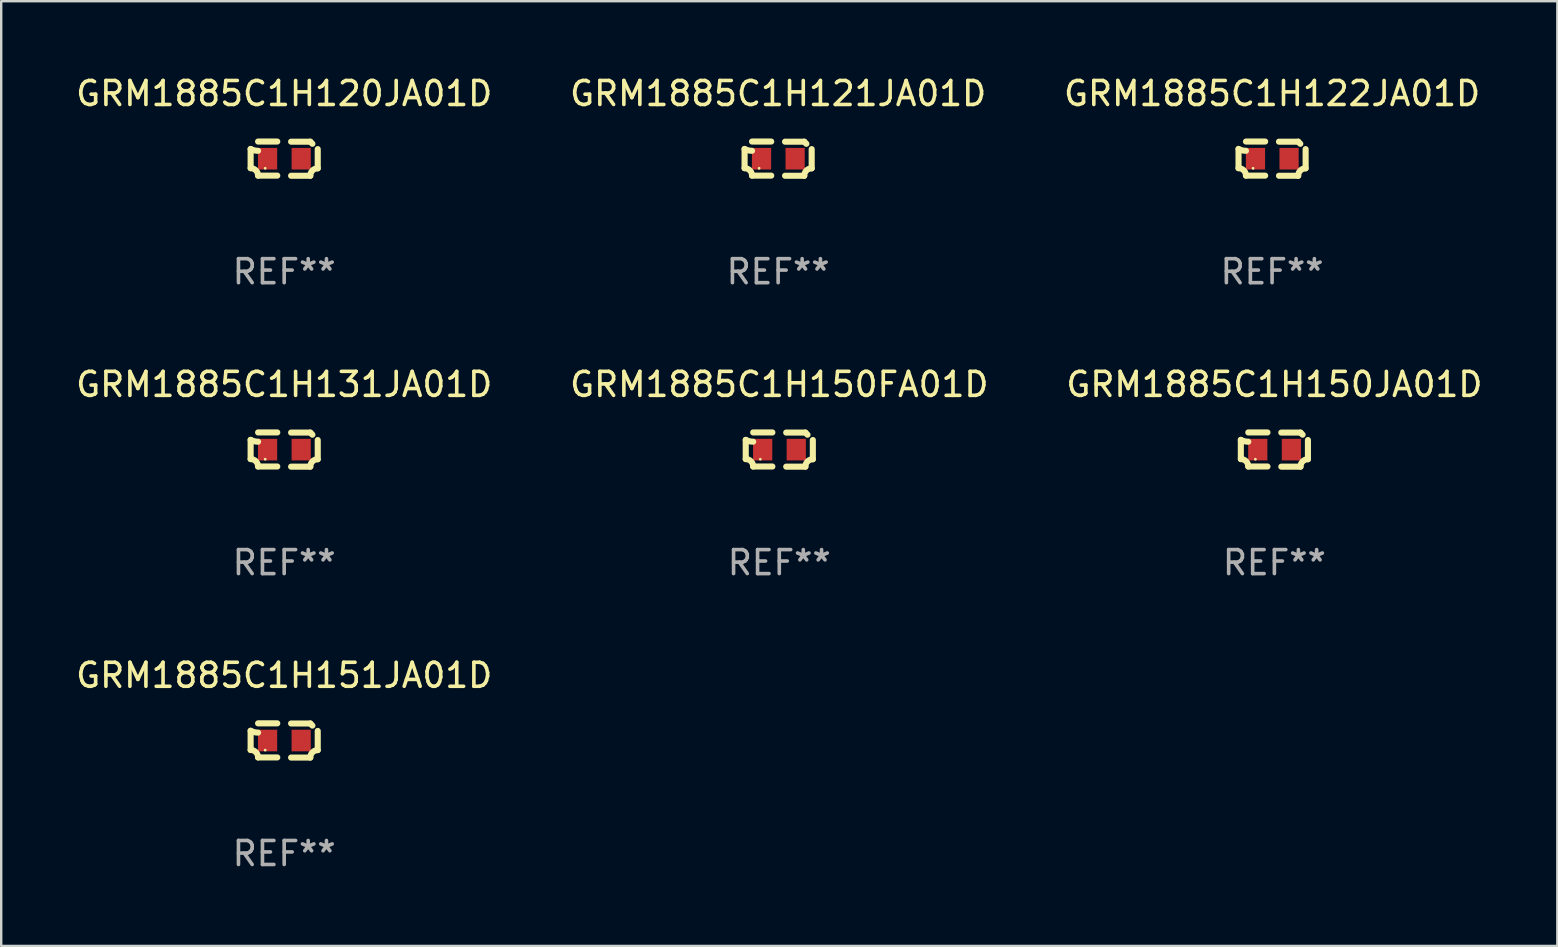
<source format=kicad_pcb>
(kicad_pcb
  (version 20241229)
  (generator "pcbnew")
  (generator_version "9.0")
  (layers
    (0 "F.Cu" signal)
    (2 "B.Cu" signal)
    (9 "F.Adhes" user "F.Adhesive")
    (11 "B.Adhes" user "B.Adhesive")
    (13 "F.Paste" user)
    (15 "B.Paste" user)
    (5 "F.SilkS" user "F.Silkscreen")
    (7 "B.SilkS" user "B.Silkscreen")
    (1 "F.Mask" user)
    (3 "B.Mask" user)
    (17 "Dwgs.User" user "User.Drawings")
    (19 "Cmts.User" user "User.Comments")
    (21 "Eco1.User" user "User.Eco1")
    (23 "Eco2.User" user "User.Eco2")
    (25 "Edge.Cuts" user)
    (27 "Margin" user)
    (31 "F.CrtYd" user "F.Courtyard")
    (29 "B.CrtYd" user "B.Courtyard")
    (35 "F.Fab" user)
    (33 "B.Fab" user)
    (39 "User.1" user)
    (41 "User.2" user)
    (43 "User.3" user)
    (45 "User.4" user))
  (footprint "GRM1885C1H150FA01D"
    (layer "F.Cu")
    (at 29.423 15.683)
    (property "Reference" "GRM1885C1H150FA01D" (at 0 -2.713 0) (layer "F.SilkS") (effects (font (size 1 1) (thickness 0.15))))
    (attr through_hole)
    (fp_line (start -1.398 -0.403) (end -1.398 0.397) (stroke (width 0.254) (type solid)) (layer "F.SilkS"))
    (fp_line (start -0.288 -0.713) (end -1.088 -0.713) (stroke (width 0.254) (type solid)) (layer "F.SilkS"))
    (fp_line (start -0.288 0.707) (end -1.088 0.707) (stroke (width 0.254) (type solid)) (layer "F.SilkS"))
    (fp_line (start 0.288 -0.707) (end 1.088 -0.707) (stroke (width 0.254) (type solid)) (layer "F.SilkS"))
    (fp_line (start 0.288 0.713) (end 1.088 0.713) (stroke (width 0.254) (type solid)) (layer "F.SilkS"))
    (fp_line (start 1.398 -0.397) (end 1.398 0.403) (stroke (width 0.254) (type solid)) (layer "F.SilkS"))
    (fp_arc (start -1.397789 0.397066) (mid -1.178701 0.487826) (end -1.08796 0.706922) (stroke (width 0.254001) (type solid)) (layer "F.SilkS"))
    (fp_arc (start -1.08796 -0.327176) (mid -1.247436 -0.346384) (end -1.39779 -0.402908) (stroke (width 0.254001) (type solid)) (layer "F.SilkS"))
    (fp_arc (start 1.087909 0.712738) (mid 1.178656 0.493655) (end 1.397739 0.402908) (stroke (width 0.254001) (type solid)) (layer "F.SilkS"))
    (fp_arc (start 1.175925 -0.618926) (mid 1.131917 -0.662923) (end 1.08791 -0.706922) (stroke (width 0.254001) (type solid)) (layer "F.SilkS"))
    (fp_circle (center -0.792 0.403) (end -0.762 0.403) (stroke (width 0.06) (type solid)) (fill no) (layer "F.SilkS"))
    (fp_text user "REF**" (at 0 4.713 0) (layer "F.Fab") (effects (font (size 1 1) (thickness 0.15))))
    (pad "1" smd rect (at -0.692 0.003) (size 0.8 0.9) (layers "F.Cu" "F.Mask" "F.Paste"))
    (pad "2" smd rect (at 0.708 0.003) (size 0.8 0.9) (layers "F.Cu" "F.Mask" "F.Paste")))
  (footprint "GRM1885C1H120JA01D"
    (layer "F.Cu")
    (at 8.792 3.561)
    (property "Reference" "GRM1885C1H120JA01D" (at 0 -2.713 0) (layer "F.SilkS") (effects (font (size 1 1) (thickness 0.15))))
    (attr through_hole)
    (fp_line (start -1.398 -0.403) (end -1.398 0.397) (stroke (width 0.254) (type solid)) (layer "F.SilkS"))
    (fp_line (start -0.288 -0.713) (end -1.088 -0.713) (stroke (width 0.254) (type solid)) (layer "F.SilkS"))
    (fp_line (start -0.288 0.707) (end -1.088 0.707) (stroke (width 0.254) (type solid)) (layer "F.SilkS"))
    (fp_line (start 0.288 -0.707) (end 1.088 -0.707) (stroke (width 0.254) (type solid)) (layer "F.SilkS"))
    (fp_line (start 0.288 0.713) (end 1.088 0.713) (stroke (width 0.254) (type solid)) (layer "F.SilkS"))
    (fp_line (start 1.398 -0.397) (end 1.398 0.403) (stroke (width 0.254) (type solid)) (layer "F.SilkS"))
    (fp_arc (start -1.397789 0.397066) (mid -1.178701 0.487826) (end -1.08796 0.706922) (stroke (width 0.254001) (type solid)) (layer "F.SilkS"))
    (fp_arc (start -1.08796 -0.327176) (mid -1.247436 -0.346384) (end -1.39779 -0.402908) (stroke (width 0.254001) (type solid)) (layer "F.SilkS"))
    (fp_arc (start 1.087909 0.712738) (mid 1.178656 0.493655) (end 1.397739 0.402908) (stroke (width 0.254001) (type solid)) (layer "F.SilkS"))
    (fp_arc (start 1.175925 -0.618926) (mid 1.131917 -0.662923) (end 1.08791 -0.706922) (stroke (width 0.254001) (type solid)) (layer "F.SilkS"))
    (fp_circle (center -0.792 0.403) (end -0.762 0.403) (stroke (width 0.06) (type solid)) (fill no) (layer "F.SilkS"))
    (fp_text user "REF**" (at 0 4.713 0) (layer "F.Fab") (effects (font (size 1 1) (thickness 0.15))))
    (pad "1" smd rect (at -0.692 0.003) (size 0.8 0.9) (layers "F.Cu" "F.Mask" "F.Paste"))
    (pad "2" smd rect (at 0.708 0.003) (size 0.8 0.9) (layers "F.Cu" "F.Mask" "F.Paste")))
  (footprint "GRM1885C1H122JA01D"
    (layer "F.Cu")
    (at 49.958 3.561)
    (property "Reference" "GRM1885C1H122JA01D" (at 0 -2.713 0) (layer "F.SilkS") (effects (font (size 1 1) (thickness 0.15))))
    (attr through_hole)
    (fp_line (start -1.398 -0.403) (end -1.398 0.397) (stroke (width 0.254) (type solid)) (layer "F.SilkS"))
    (fp_line (start -0.288 -0.713) (end -1.088 -0.713) (stroke (width 0.254) (type solid)) (layer "F.SilkS"))
    (fp_line (start -0.288 0.707) (end -1.088 0.707) (stroke (width 0.254) (type solid)) (layer "F.SilkS"))
    (fp_line (start 0.288 -0.707) (end 1.088 -0.707) (stroke (width 0.254) (type solid)) (layer "F.SilkS"))
    (fp_line (start 0.288 0.713) (end 1.088 0.713) (stroke (width 0.254) (type solid)) (layer "F.SilkS"))
    (fp_line (start 1.398 -0.397) (end 1.398 0.403) (stroke (width 0.254) (type solid)) (layer "F.SilkS"))
    (fp_arc (start -1.397789 0.397066) (mid -1.178701 0.487826) (end -1.08796 0.706922) (stroke (width 0.254001) (type solid)) (layer "F.SilkS"))
    (fp_arc (start -1.08796 -0.327176) (mid -1.247436 -0.346384) (end -1.39779 -0.402908) (stroke (width 0.254001) (type solid)) (layer "F.SilkS"))
    (fp_arc (start 1.087909 0.712738) (mid 1.178656 0.493655) (end 1.397739 0.402908) (stroke (width 0.254001) (type solid)) (layer "F.SilkS"))
    (fp_arc (start 1.175925 -0.618926) (mid 1.131917 -0.662923) (end 1.08791 -0.706922) (stroke (width 0.254001) (type solid)) (layer "F.SilkS"))
    (fp_circle (center -0.792 0.403) (end -0.762 0.403) (stroke (width 0.06) (type solid)) (fill no) (layer "F.SilkS"))
    (fp_text user "REF**" (at 0 4.713 0) (layer "F.Fab") (effects (font (size 1 1) (thickness 0.15))))
    (pad "1" smd rect (at -0.692 0.003) (size 0.8 0.9) (layers "F.Cu" "F.Mask" "F.Paste"))
    (pad "2" smd rect (at 0.708 0.003) (size 0.8 0.9) (layers "F.Cu" "F.Mask" "F.Paste")))
  (footprint "GRM1885C1H150JA01D"
    (layer "F.Cu")
    (at 50.054 15.683)
    (property "Reference" "GRM1885C1H150JA01D" (at 0 -2.713 0) (layer "F.SilkS") (effects (font (size 1 1) (thickness 0.15))))
    (attr through_hole)
    (fp_line (start -1.398 -0.403) (end -1.398 0.397) (stroke (width 0.254) (type solid)) (layer "F.SilkS"))
    (fp_line (start -0.288 -0.713) (end -1.088 -0.713) (stroke (width 0.254) (type solid)) (layer "F.SilkS"))
    (fp_line (start -0.288 0.707) (end -1.088 0.707) (stroke (width 0.254) (type solid)) (layer "F.SilkS"))
    (fp_line (start 0.288 -0.707) (end 1.088 -0.707) (stroke (width 0.254) (type solid)) (layer "F.SilkS"))
    (fp_line (start 0.288 0.713) (end 1.088 0.713) (stroke (width 0.254) (type solid)) (layer "F.SilkS"))
    (fp_line (start 1.398 -0.397) (end 1.398 0.403) (stroke (width 0.254) (type solid)) (layer "F.SilkS"))
    (fp_arc (start -1.397789 0.397066) (mid -1.178701 0.487826) (end -1.08796 0.706922) (stroke (width 0.254001) (type solid)) (layer "F.SilkS"))
    (fp_arc (start -1.08796 -0.327176) (mid -1.247436 -0.346384) (end -1.39779 -0.402908) (stroke (width 0.254001) (type solid)) (layer "F.SilkS"))
    (fp_arc (start 1.087909 0.712738) (mid 1.178656 0.493655) (end 1.397739 0.402908) (stroke (width 0.254001) (type solid)) (layer "F.SilkS"))
    (fp_arc (start 1.175925 -0.618926) (mid 1.131917 -0.662923) (end 1.08791 -0.706922) (stroke (width 0.254001) (type solid)) (layer "F.SilkS"))
    (fp_circle (center -0.792 0.403) (end -0.762 0.403) (stroke (width 0.06) (type solid)) (fill no) (layer "F.SilkS"))
    (fp_text user "REF**" (at 0 4.713 0) (layer "F.Fab") (effects (font (size 1 1) (thickness 0.15))))
    (pad "1" smd rect (at -0.692 0.003) (size 0.8 0.9) (layers "F.Cu" "F.Mask" "F.Paste"))
    (pad "2" smd rect (at 0.708 0.003) (size 0.8 0.9) (layers "F.Cu" "F.Mask" "F.Paste")))
  (footprint "GRM1885C1H131JA01D"
    (layer "F.Cu")
    (at 8.792 15.683)
    (property "Reference" "GRM1885C1H131JA01D" (at 0 -2.713 0) (layer "F.SilkS") (effects (font (size 1 1) (thickness 0.15))))
    (attr through_hole)
    (fp_line (start -1.398 -0.403) (end -1.398 0.397) (stroke (width 0.254) (type solid)) (layer "F.SilkS"))
    (fp_line (start -0.288 -0.713) (end -1.088 -0.713) (stroke (width 0.254) (type solid)) (layer "F.SilkS"))
    (fp_line (start -0.288 0.707) (end -1.088 0.707) (stroke (width 0.254) (type solid)) (layer "F.SilkS"))
    (fp_line (start 0.288 -0.707) (end 1.088 -0.707) (stroke (width 0.254) (type solid)) (layer "F.SilkS"))
    (fp_line (start 0.288 0.713) (end 1.088 0.713) (stroke (width 0.254) (type solid)) (layer "F.SilkS"))
    (fp_line (start 1.398 -0.397) (end 1.398 0.403) (stroke (width 0.254) (type solid)) (layer "F.SilkS"))
    (fp_arc (start -1.397789 0.397066) (mid -1.178701 0.487826) (end -1.08796 0.706922) (stroke (width 0.254001) (type solid)) (layer "F.SilkS"))
    (fp_arc (start -1.08796 -0.327176) (mid -1.247436 -0.346384) (end -1.39779 -0.402908) (stroke (width 0.254001) (type solid)) (layer "F.SilkS"))
    (fp_arc (start 1.087909 0.712738) (mid 1.178656 0.493655) (end 1.397739 0.402908) (stroke (width 0.254001) (type solid)) (layer "F.SilkS"))
    (fp_arc (start 1.175925 -0.618926) (mid 1.131917 -0.662923) (end 1.08791 -0.706922) (stroke (width 0.254001) (type solid)) (layer "F.SilkS"))
    (fp_circle (center -0.792 0.403) (end -0.762 0.403) (stroke (width 0.06) (type solid)) (fill no) (layer "F.SilkS"))
    (fp_text user "REF**" (at 0 4.713 0) (layer "F.Fab") (effects (font (size 1 1) (thickness 0.15))))
    (pad "1" smd rect (at -0.692 0.003) (size 0.8 0.9) (layers "F.Cu" "F.Mask" "F.Paste"))
    (pad "2" smd rect (at 0.708 0.003) (size 0.8 0.9) (layers "F.Cu" "F.Mask" "F.Paste")))
  (footprint "GRM1885C1H151JA01D"
    (layer "F.Cu")
    (at 8.792 27.805)
    (property "Reference" "GRM1885C1H151JA01D" (at 0 -2.713 0) (layer "F.SilkS") (effects (font (size 1 1) (thickness 0.15))))
    (attr through_hole)
    (fp_line (start -1.398 -0.403) (end -1.398 0.397) (stroke (width 0.254) (type solid)) (layer "F.SilkS"))
    (fp_line (start -0.288 -0.713) (end -1.088 -0.713) (stroke (width 0.254) (type solid)) (layer "F.SilkS"))
    (fp_line (start -0.288 0.707) (end -1.088 0.707) (stroke (width 0.254) (type solid)) (layer "F.SilkS"))
    (fp_line (start 0.288 -0.707) (end 1.088 -0.707) (stroke (width 0.254) (type solid)) (layer "F.SilkS"))
    (fp_line (start 0.288 0.713) (end 1.088 0.713) (stroke (width 0.254) (type solid)) (layer "F.SilkS"))
    (fp_line (start 1.398 -0.397) (end 1.398 0.403) (stroke (width 0.254) (type solid)) (layer "F.SilkS"))
    (fp_arc (start -1.397789 0.397066) (mid -1.178701 0.487826) (end -1.08796 0.706922) (stroke (width 0.254001) (type solid)) (layer "F.SilkS"))
    (fp_arc (start -1.08796 -0.327176) (mid -1.247436 -0.346384) (end -1.39779 -0.402908) (stroke (width 0.254001) (type solid)) (layer "F.SilkS"))
    (fp_arc (start 1.087909 0.712738) (mid 1.178656 0.493655) (end 1.397739 0.402908) (stroke (width 0.254001) (type solid)) (layer "F.SilkS"))
    (fp_arc (start 1.175925 -0.618926) (mid 1.131917 -0.662923) (end 1.08791 -0.706922) (stroke (width 0.254001) (type solid)) (layer "F.SilkS"))
    (fp_circle (center -0.792 0.403) (end -0.762 0.403) (stroke (width 0.06) (type solid)) (fill no) (layer "F.SilkS"))
    (fp_text user "REF**" (at 0 4.713 0) (layer "F.Fab") (effects (font (size 1 1) (thickness 0.15))))
    (pad "1" smd rect (at -0.692 0.003) (size 0.8 0.9) (layers "F.Cu" "F.Mask" "F.Paste"))
    (pad "2" smd rect (at 0.708 0.003) (size 0.8 0.9) (layers "F.Cu" "F.Mask" "F.Paste")))
  (footprint "GRM1885C1H121JA01D"
    (layer "F.Cu")
    (at 29.375 3.561)
    (property "Reference" "GRM1885C1H121JA01D" (at 0 -2.713 0) (layer "F.SilkS") (effects (font (size 1 1) (thickness 0.15))))
    (attr through_hole)
    (fp_line (start -1.398 -0.403) (end -1.398 0.397) (stroke (width 0.254) (type solid)) (layer "F.SilkS"))
    (fp_line (start -0.288 -0.713) (end -1.088 -0.713) (stroke (width 0.254) (type solid)) (layer "F.SilkS"))
    (fp_line (start -0.288 0.707) (end -1.088 0.707) (stroke (width 0.254) (type solid)) (layer "F.SilkS"))
    (fp_line (start 0.288 -0.707) (end 1.088 -0.707) (stroke (width 0.254) (type solid)) (layer "F.SilkS"))
    (fp_line (start 0.288 0.713) (end 1.088 0.713) (stroke (width 0.254) (type solid)) (layer "F.SilkS"))
    (fp_line (start 1.398 -0.397) (end 1.398 0.403) (stroke (width 0.254) (type solid)) (layer "F.SilkS"))
    (fp_arc (start -1.397789 0.397066) (mid -1.178701 0.487826) (end -1.08796 0.706922) (stroke (width 0.254001) (type solid)) (layer "F.SilkS"))
    (fp_arc (start -1.08796 -0.327176) (mid -1.247436 -0.346384) (end -1.39779 -0.402908) (stroke (width 0.254001) (type solid)) (layer "F.SilkS"))
    (fp_arc (start 1.087909 0.712738) (mid 1.178656 0.493655) (end 1.397739 0.402908) (stroke (width 0.254001) (type solid)) (layer "F.SilkS"))
    (fp_arc (start 1.175925 -0.618926) (mid 1.131917 -0.662923) (end 1.08791 -0.706922) (stroke (width 0.254001) (type solid)) (layer "F.SilkS"))
    (fp_circle (center -0.792 0.403) (end -0.762 0.403) (stroke (width 0.06) (type solid)) (fill no) (layer "F.SilkS"))
    (fp_text user "REF**" (at 0 4.713 0) (layer "F.Fab") (effects (font (size 1 1) (thickness 0.15))))
    (pad "1" smd rect (at -0.692 0.003) (size 0.8 0.9) (layers "F.Cu" "F.Mask" "F.Paste"))
    (pad "2" smd rect (at 0.708 0.003) (size 0.8 0.9) (layers "F.Cu" "F.Mask" "F.Paste")))
  (gr_rect
    (start -3 -3)
    (end 61.845 36.366)
    (stroke (width 0.1) (type default))
    (fill no)
    (layer "Edge.Cuts")))
</source>
